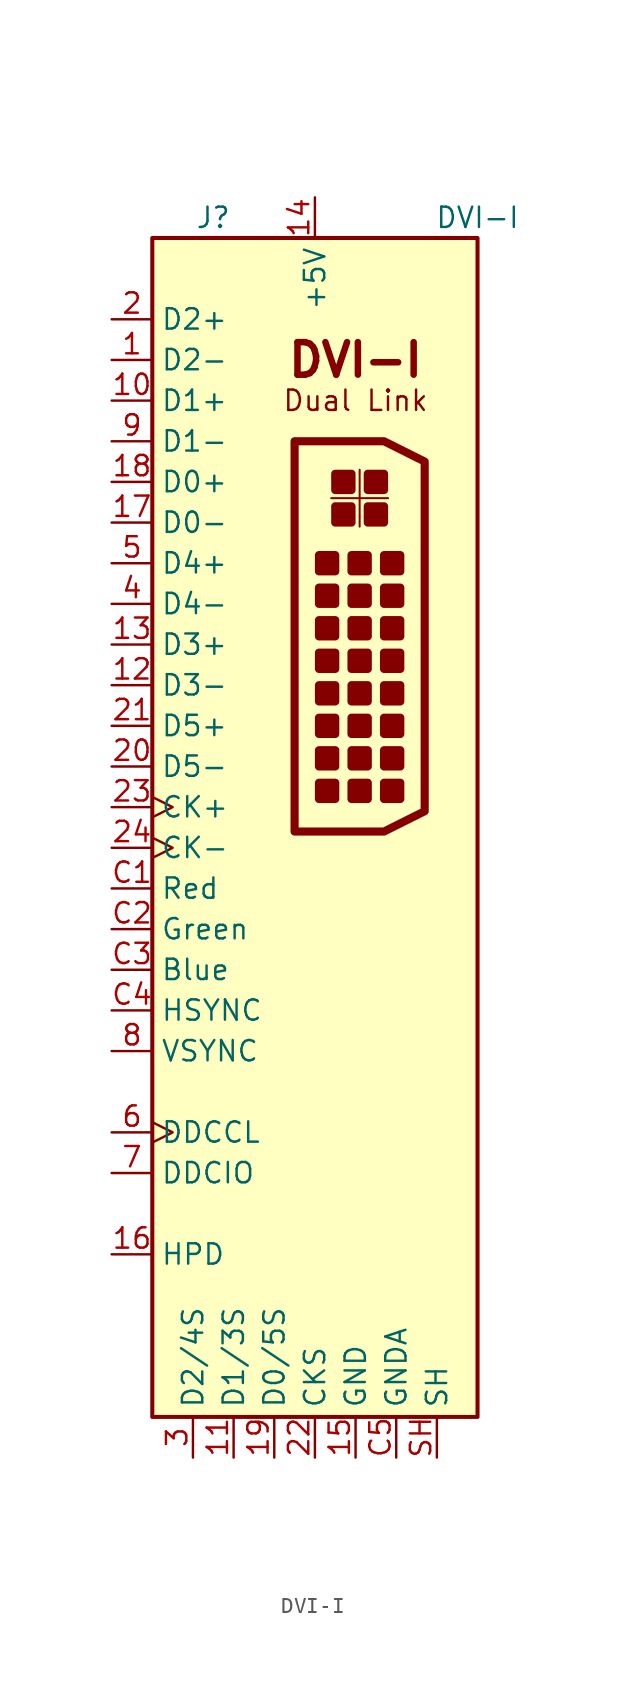
<source format=kicad_sym>
(kicad_symbol_lib
  (version 20211014)
  (generator kicad_symbol_editor)
  (symbol "DVI-I"
    (property "Reference" "J"
      (at -6.35 26.67 0)
      (effects (font (size 1.27 1.27))))
    (property "Value" "DVI-I"
      (at 10.16 26.67 0)
      (effects (font (size 1.27 1.27))))
    (symbol "DVI-I_0_0"
      (polyline (pts (xy -1.27 12.7) (xy 4.318 12.7) (xy 6.858 11.43) (xy 6.858 -10.414) (xy 4.318 -11.684) (xy -1.27 -11.684) (xy -1.27 12.7)) (stroke (width 0.508) (type default) (color 0 0 0 0)) (fill (type none)))
      (text "Dual Link" (at 2.54 15.24 0) (effects (font (size 1.27 1.27))))
      (text "DVI-I" (at 2.54 17.78 0) (effects (font (size 2.032 2.032) bold))))
    (symbol "DVI-I_0_1"
      (rectangle (start -10.16 25.4) (end 10.16 -48.26) (stroke (width 0.254) (type default) (color 0 0 0 0)) (fill (type background))))
    (symbol "DVI-I_1_1"
      (polyline (pts (xy 1.016 9.144) (xy 4.572 9.144)) (stroke (width 0.127) (type default) (color 0 0 0 0)) (fill (type none)))
      (polyline (pts (xy 2.794 10.922) (xy 2.794 7.366)) (stroke (width 0.127) (type default) (color 0 0 0 0)) (fill (type none)))
      (rectangle (start 0.254 -8.636) (end 1.27 -9.652) (stroke (width 0.508) (type default) (color 0 0 0 0)) (fill (type outline)))
      (rectangle (start 0.254 -6.604) (end 1.27 -7.62) (stroke (width 0.508) (type default) (color 0 0 0 0)) (fill (type outline)))
      (rectangle (start 0.254 -4.572) (end 1.27 -5.588) (stroke (width 0.508) (type default) (color 0 0 0 0)) (fill (type outline)))
      (rectangle (start 0.254 -2.54) (end 1.27 -3.556) (stroke (width 0.508) (type default) (color 0 0 0 0)) (fill (type outline)))
      (rectangle (start 0.254 -0.508) (end 1.27 -1.524) (stroke (width 0.508) (type default) (color 0 0 0 0)) (fill (type outline)))
      (rectangle (start 0.254 1.524) (end 1.27 0.508) (stroke (width 0.508) (type default) (color 0 0 0 0)) (fill (type outline)))
      (rectangle (start 0.254 3.556) (end 1.27 2.54) (stroke (width 0.508) (type default) (color 0 0 0 0)) (fill (type outline)))
      (rectangle (start 0.254 5.588) (end 1.27 4.572) (stroke (width 0.508) (type default) (color 0 0 0 0)) (fill (type outline)))
      (rectangle (start 1.27 8.636) (end 2.286 7.62) (stroke (width 0.508) (type default) (color 0 0 0 0)) (fill (type outline)))
      (rectangle (start 1.27 10.668) (end 2.286 9.652) (stroke (width 0.508) (type default) (color 0 0 0 0)) (fill (type outline)))
      (rectangle (start 2.286 -8.636) (end 3.302 -9.652) (stroke (width 0.508) (type default) (color 0 0 0 0)) (fill (type outline)))
      (rectangle (start 2.286 -6.604) (end 3.302 -7.62) (stroke (width 0.508) (type default) (color 0 0 0 0)) (fill (type outline)))
      (rectangle (start 2.286 -4.572) (end 3.302 -5.588) (stroke (width 0.508) (type default) (color 0 0 0 0)) (fill (type outline)))
      (rectangle (start 2.286 -2.54) (end 3.302 -3.556) (stroke (width 0.508) (type default) (color 0 0 0 0)) (fill (type outline)))
      (rectangle (start 2.286 -0.508) (end 3.302 -1.524) (stroke (width 0.508) (type default) (color 0 0 0 0)) (fill (type outline)))
      (rectangle (start 2.286 1.524) (end 3.302 0.508) (stroke (width 0.508) (type default) (color 0 0 0 0)) (fill (type outline)))
      (rectangle (start 2.286 3.556) (end 3.302 2.54) (stroke (width 0.508) (type default) (color 0 0 0 0)) (fill (type outline)))
      (rectangle (start 2.286 5.588) (end 3.302 4.572) (stroke (width 0.508) (type default) (color 0 0 0 0)) (fill (type outline)))
      (rectangle (start 3.302 8.636) (end 4.318 7.62) (stroke (width 0.508) (type default) (color 0 0 0 0)) (fill (type outline)))
      (rectangle (start 3.302 10.668) (end 4.318 9.652) (stroke (width 0.508) (type default) (color 0 0 0 0)) (fill (type outline)))
      (rectangle (start 4.318 -8.636) (end 5.334 -9.652) (stroke (width 0.508) (type default) (color 0 0 0 0)) (fill (type outline)))
      (rectangle (start 4.318 -6.604) (end 5.334 -7.62) (stroke (width 0.508) (type default) (color 0 0 0 0)) (fill (type outline)))
      (rectangle (start 4.318 -4.572) (end 5.334 -5.588) (stroke (width 0.508) (type default) (color 0 0 0 0)) (fill (type outline)))
      (rectangle (start 4.318 -2.54) (end 5.334 -3.556) (stroke (width 0.508) (type default) (color 0 0 0 0)) (fill (type outline)))
      (rectangle (start 4.318 -0.508) (end 5.334 -1.524) (stroke (width 0.508) (type default) (color 0 0 0 0)) (fill (type outline)))
      (rectangle (start 4.318 1.524) (end 5.334 0.508) (stroke (width 0.508) (type default) (color 0 0 0 0)) (fill (type outline)))
      (rectangle (start 4.318 3.556) (end 5.334 2.54) (stroke (width 0.508) (type default) (color 0 0 0 0)) (fill (type outline)))
      (rectangle (start 4.318 5.588) (end 5.334 4.572) (stroke (width 0.508) (type default) (color 0 0 0 0)) (fill (type outline)))
      (pin passive line (at -12.7 17.78 0) (length 2.54) (name "D2-" (effects (font (size 1.27 1.27)))) (number "1" (effects (font (size 1.27 1.27)))))
      (pin passive line (at -12.7 15.24 0) (length 2.54) (name "D1+" (effects (font (size 1.27 1.27)))) (number "10" (effects (font (size 1.27 1.27)))))
      (pin power_in line (at -5.08 -50.8 90) (length 2.54) (name "D1/3S" (effects (font (size 1.27 1.27)))) (number "11" (effects (font (size 1.27 1.27)))))
      (pin passive line (at -12.7 -2.54 0) (length 2.54) (name "D3-" (effects (font (size 1.27 1.27)))) (number "12" (effects (font (size 1.27 1.27)))))
      (pin passive line (at -12.7 0 0) (length 2.54) (name "D3+" (effects (font (size 1.27 1.27)))) (number "13" (effects (font (size 1.27 1.27)))))
      (pin power_in line (at 0 27.94 270) (length 2.54) (name "+5V" (effects (font (size 1.27 1.27)))) (number "14" (effects (font (size 1.27 1.27)))))
      (pin power_in line (at 2.54 -50.8 90) (length 2.54) (name "GND" (effects (font (size 1.27 1.27)))) (number "15" (effects (font (size 1.27 1.27)))))
      (pin passive line (at -12.7 -38.1 0) (length 2.54) (name "HPD" (effects (font (size 1.27 1.27)))) (number "16" (effects (font (size 1.27 1.27)))))
      (pin passive line (at -12.7 7.62 0) (length 2.54) (name "D0-" (effects (font (size 1.27 1.27)))) (number "17" (effects (font (size 1.27 1.27)))))
      (pin passive line (at -12.7 10.16 0) (length 2.54) (name "D0+" (effects (font (size 1.27 1.27)))) (number "18" (effects (font (size 1.27 1.27)))))
      (pin power_in line (at -2.54 -50.8 90) (length 2.54) (name "D0/5S" (effects (font (size 1.27 1.27)))) (number "19" (effects (font (size 1.27 1.27)))))
      (pin passive line (at -12.7 20.32 0) (length 2.54) (name "D2+" (effects (font (size 1.27 1.27)))) (number "2" (effects (font (size 1.27 1.27)))))
      (pin passive line (at -12.7 -7.62 0) (length 2.54) (name "D5-" (effects (font (size 1.27 1.27)))) (number "20" (effects (font (size 1.27 1.27)))))
      (pin passive line (at -12.7 -5.08 0) (length 2.54) (name "D5+" (effects (font (size 1.27 1.27)))) (number "21" (effects (font (size 1.27 1.27)))))
      (pin power_in line (at 0 -50.8 90) (length 2.54) (name "CKS" (effects (font (size 1.27 1.27)))) (number "22" (effects (font (size 1.27 1.27)))))
      (pin passive clock (at -12.7 -10.16 0) (length 2.54) (name "CK+" (effects (font (size 1.27 1.27)))) (number "23" (effects (font (size 1.27 1.27)))))
      (pin passive clock (at -12.7 -12.7 0) (length 2.54) (name "CK-" (effects (font (size 1.27 1.27)))) (number "24" (effects (font (size 1.27 1.27)))))
      (pin power_in line (at -7.62 -50.8 90) (length 2.54) (name "D2/4S" (effects (font (size 1.27 1.27)))) (number "3" (effects (font (size 1.27 1.27)))))
      (pin passive line (at -12.7 2.54 0) (length 2.54) (name "D4-" (effects (font (size 1.27 1.27)))) (number "4" (effects (font (size 1.27 1.27)))))
      (pin passive line (at -12.7 5.08 0) (length 2.54) (name "D4+" (effects (font (size 1.27 1.27)))) (number "5" (effects (font (size 1.27 1.27)))))
      (pin passive clock (at -12.7 -30.48 0) (length 2.54) (name "DDCCL" (effects (font (size 1.27 1.27)))) (number "6" (effects (font (size 1.27 1.27)))))
      (pin bidirectional line (at -12.7 -33.02 0) (length 2.54) (name "DDCIO" (effects (font (size 1.27 1.27)))) (number "7" (effects (font (size 1.27 1.27)))))
      (pin passive line (at -12.7 -25.4 0) (length 2.54) (name "VSYNC" (effects (font (size 1.27 1.27)))) (number "8" (effects (font (size 1.27 1.27)))))
      (pin passive line (at -12.7 12.7 0) (length 2.54) (name "D1-" (effects (font (size 1.27 1.27)))) (number "9" (effects (font (size 1.27 1.27)))))
      (pin passive line (at -12.7 -15.24 0) (length 2.54) (name "Red" (effects (font (size 1.27 1.27)))) (number "C1" (effects (font (size 1.27 1.27)))))
      (pin passive line (at -12.7 -17.78 0) (length 2.54) (name "Green" (effects (font (size 1.27 1.27)))) (number "C2" (effects (font (size 1.27 1.27)))))
      (pin passive line (at -12.7 -20.32 0) (length 2.54) (name "Blue" (effects (font (size 1.27 1.27)))) (number "C3" (effects (font (size 1.27 1.27)))))
      (pin passive line (at -12.7 -22.86 0) (length 2.54) (name "HSYNC" (effects (font (size 1.27 1.27)))) (number "C4" (effects (font (size 1.27 1.27)))))
      (pin power_in line (at 5.08 -50.8 90) (length 2.54) (name "GNDA" (effects (font (size 1.27 1.27)))) (number "C5" (effects (font (size 1.27 1.27)))))
      (pin passive line (at 7.62 -50.8 90) (length 2.54) (name "SH" (effects (font (size 1.27 1.27)))) (number "SH" (effects (font (size 1.27 1.27))))))))
</source>
